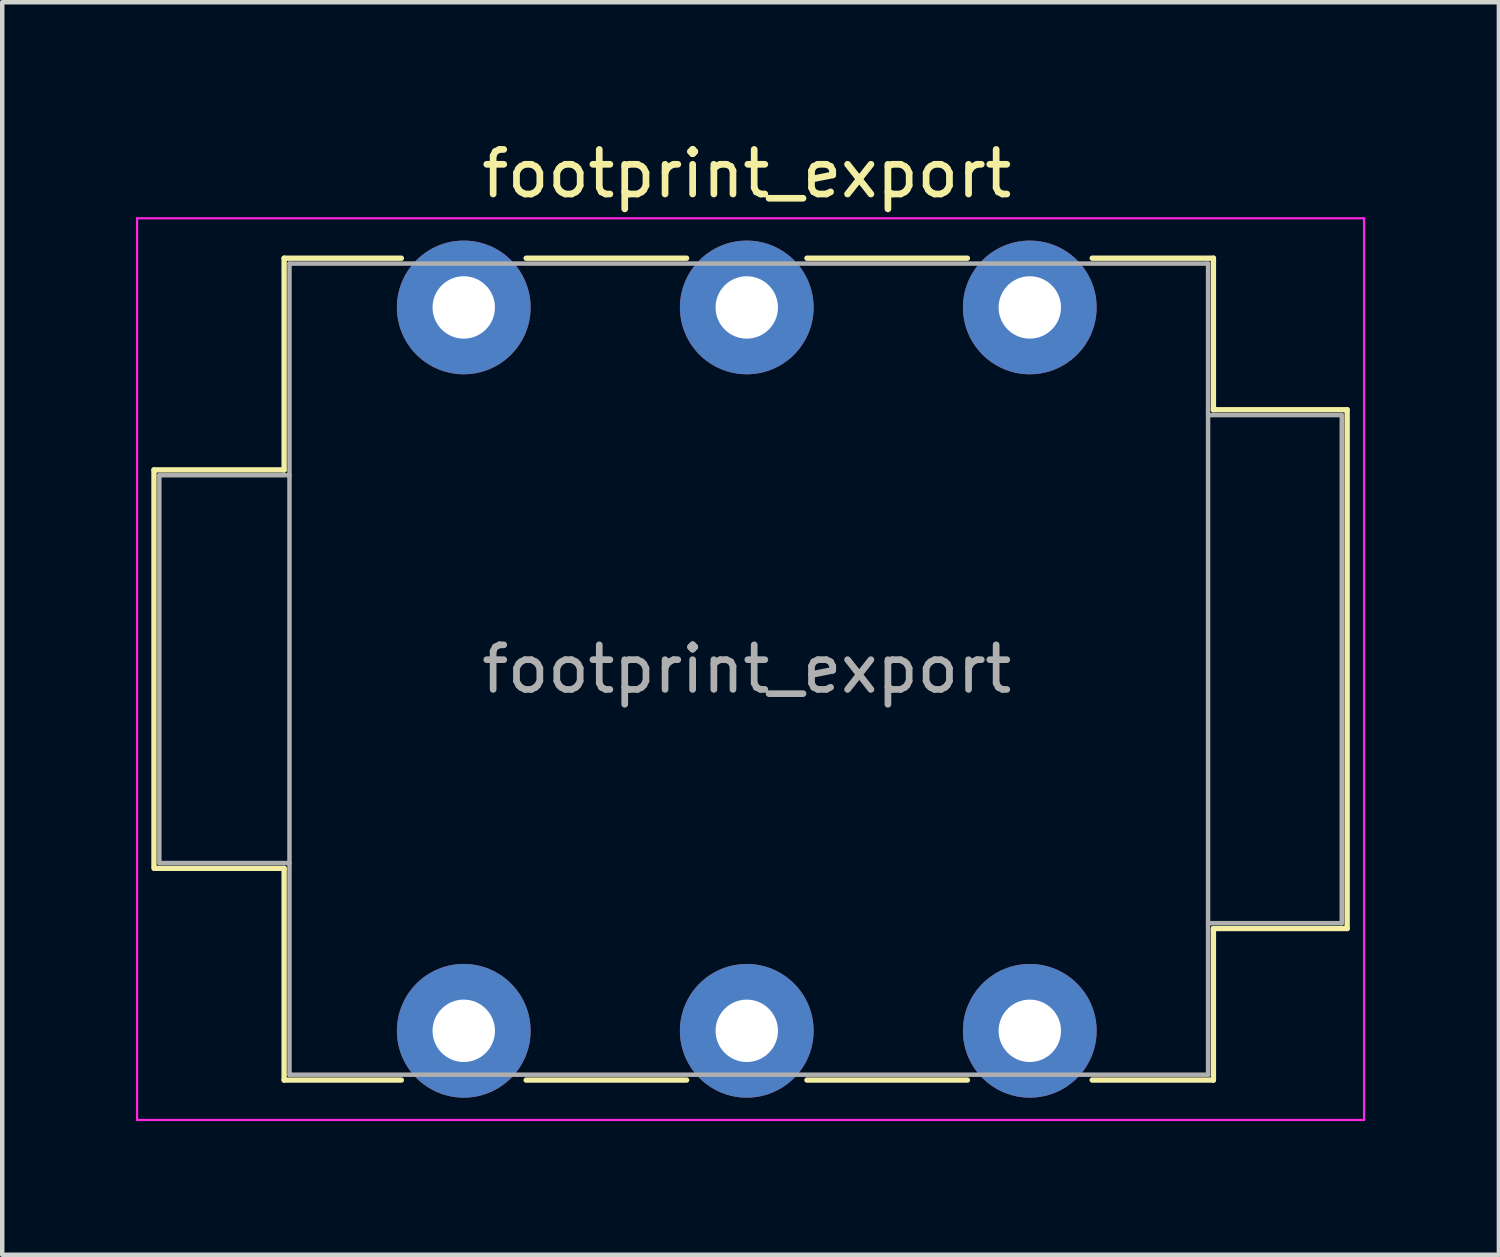
<source format=kicad_pcb>
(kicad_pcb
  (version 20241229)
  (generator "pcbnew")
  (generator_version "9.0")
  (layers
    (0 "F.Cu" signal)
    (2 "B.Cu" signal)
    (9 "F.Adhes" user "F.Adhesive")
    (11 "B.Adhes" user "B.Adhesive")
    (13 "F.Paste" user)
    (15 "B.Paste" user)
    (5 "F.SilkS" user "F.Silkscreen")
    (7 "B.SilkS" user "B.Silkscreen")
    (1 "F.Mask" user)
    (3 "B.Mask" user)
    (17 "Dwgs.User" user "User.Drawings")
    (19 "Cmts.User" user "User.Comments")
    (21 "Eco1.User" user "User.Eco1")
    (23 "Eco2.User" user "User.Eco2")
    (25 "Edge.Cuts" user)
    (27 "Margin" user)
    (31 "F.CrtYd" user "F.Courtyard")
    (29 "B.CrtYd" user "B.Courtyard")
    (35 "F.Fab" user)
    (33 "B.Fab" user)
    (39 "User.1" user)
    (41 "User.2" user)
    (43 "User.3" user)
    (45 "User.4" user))
  (footprint "footprint_export"
    (layer "F.Cu")
    (at 7.355 3.848)
    (property "Reference" "footprint_export" (at 6.35 -3 0) (layer "F.SilkS") (effects (font (size 1 1) (thickness 0.15))))
    (attr through_hole)
    (fp_line (start -6.95 3.645) (end -4.03 3.645) (stroke (width 0.12) (type solid)) (layer "F.SilkS"))
    (fp_line (start -6.95 12.545) (end -6.95 3.645) (stroke (width 0.12) (type solid)) (layer "F.SilkS"))
    (fp_line (start -6.95 12.585) (end -4.03 12.585) (stroke (width 0.12) (type solid)) (layer "F.SilkS"))
    (fp_line (start -4.03 -1.105) (end -1.4 -1.105) (stroke (width 0.12) (type solid)) (layer "F.SilkS"))
    (fp_line (start -4.03 3.645) (end -4.03 -1.105) (stroke (width 0.12) (type solid)) (layer "F.SilkS"))
    (fp_line (start -4.03 17.335) (end -4.03 12.585) (stroke (width 0.12) (type solid)) (layer "F.SilkS"))
    (fp_line (start -1.4 17.335) (end -4.03 17.335) (stroke (width 0.12) (type solid)) (layer "F.SilkS"))
    (fp_line (start 1.4 -1.105) (end 5 -1.105) (stroke (width 0.12) (type solid)) (layer "F.SilkS"))
    (fp_line (start 5 17.335) (end 1.4 17.335) (stroke (width 0.12) (type solid)) (layer "F.SilkS"))
    (fp_line (start 7.7 -1.105) (end 11.3 -1.105) (stroke (width 0.12) (type solid)) (layer "F.SilkS"))
    (fp_line (start 11.3 17.335) (end 7.7 17.335) (stroke (width 0.12) (type solid)) (layer "F.SilkS"))
    (fp_line (start 16.82 -1.105) (end 14.1 -1.105) (stroke (width 0.12) (type solid)) (layer "F.SilkS"))
    (fp_line (start 16.82 2.295) (end 16.82 -1.105) (stroke (width 0.12) (type solid)) (layer "F.SilkS"))
    (fp_line (start 16.82 2.295) (end 19.82 2.295) (stroke (width 0.12) (type solid)) (layer "F.SilkS"))
    (fp_line (start 16.82 13.935) (end 19.82 13.935) (stroke (width 0.12) (type solid)) (layer "F.SilkS"))
    (fp_line (start 16.82 17.335) (end 14.1 17.335) (stroke (width 0.12) (type solid)) (layer "F.SilkS"))
    (fp_line (start 16.82 17.335) (end 16.82 13.935) (stroke (width 0.12) (type solid)) (layer "F.SilkS"))
    (fp_line (start 19.82 13.935) (end 19.82 2.295) (stroke (width 0.12) (type solid)) (layer "F.SilkS"))
    (fp_line (start -7.33 18.23) (end -7.33 -2) (stroke (width 0.05) (type solid)) (layer "F.CrtYd"))
    (fp_line (start -7.33 18.23) (end 20.2 18.23) (stroke (width 0.05) (type solid)) (layer "F.CrtYd"))
    (fp_line (start 20.2 -2) (end -7.33 -2) (stroke (width 0.05) (type solid)) (layer "F.CrtYd"))
    (fp_line (start 20.2 18.23) (end 20.2 -2) (stroke (width 0.05) (type solid)) (layer "F.CrtYd"))
    (fp_line (start -6.83 3.765) (end -3.91 3.765) (stroke (width 0.1) (type solid)) (layer "F.Fab"))
    (fp_line (start -6.83 12.465) (end -6.83 3.765) (stroke (width 0.1) (type solid)) (layer "F.Fab"))
    (fp_line (start -6.83 12.465) (end -3.91 12.465) (stroke (width 0.1) (type solid)) (layer "F.Fab"))
    (fp_line (start -3.91 17.215) (end -3.91 -0.985) (stroke (width 0.1) (type solid)) (layer "F.Fab"))
    (fp_line (start 16.7 -0.985) (end -3.91 -0.985) (stroke (width 0.1) (type solid)) (layer "F.Fab"))
    (fp_line (start 16.7 17.215) (end -3.91 17.215) (stroke (width 0.1) (type solid)) (layer "F.Fab"))
    (fp_line (start 16.7 17.215) (end 16.7 -0.985) (stroke (width 0.1) (type solid)) (layer "F.Fab"))
    (fp_line (start 19.7 2.415) (end 16.7 2.415) (stroke (width 0.1) (type solid)) (layer "F.Fab"))
    (fp_line (start 19.7 13.815) (end 16.7 13.815) (stroke (width 0.1) (type solid)) (layer "F.Fab"))
    (fp_line (start 19.7 13.815) (end 19.7 2.415) (stroke (width 0.1) (type solid)) (layer "F.Fab"))
    (fp_text user "${REFERENCE}" (at 6.35 8.115 0) (layer "F.Fab") (effects (font (size 1 1) (thickness 0.15))))
    (pad "R" thru_hole circle (at 6.35 0) (size 3 3) (drill 1.4) (layers "*.Cu" "*.Mask"))
    (pad "RN" thru_hole circle (at 6.35 16.23) (size 3 3) (drill 1.4) (layers "*.Cu" "*.Mask"))
    (pad "S" thru_hole circle (at 12.7 0) (size 3 3) (drill 1.4) (layers "*.Cu" "*.Mask"))
    (pad "SN" thru_hole circle (at 12.7 16.23) (size 3 3) (drill 1.4) (layers "*.Cu" "*.Mask"))
    (pad "T" thru_hole circle (at 0 0) (size 3 3) (drill 1.4) (layers "*.Cu" "*.Mask"))
    (pad "TN" thru_hole circle (at 0 16.23) (size 3 3) (drill 1.4) (layers "*.Cu" "*.Mask")))
  (gr_rect
    (start -3 -3)
    (end 30.58 25.103)
    (stroke (width 0.1) (type default))
    (fill no)
    (layer "Edge.Cuts")))
</source>
